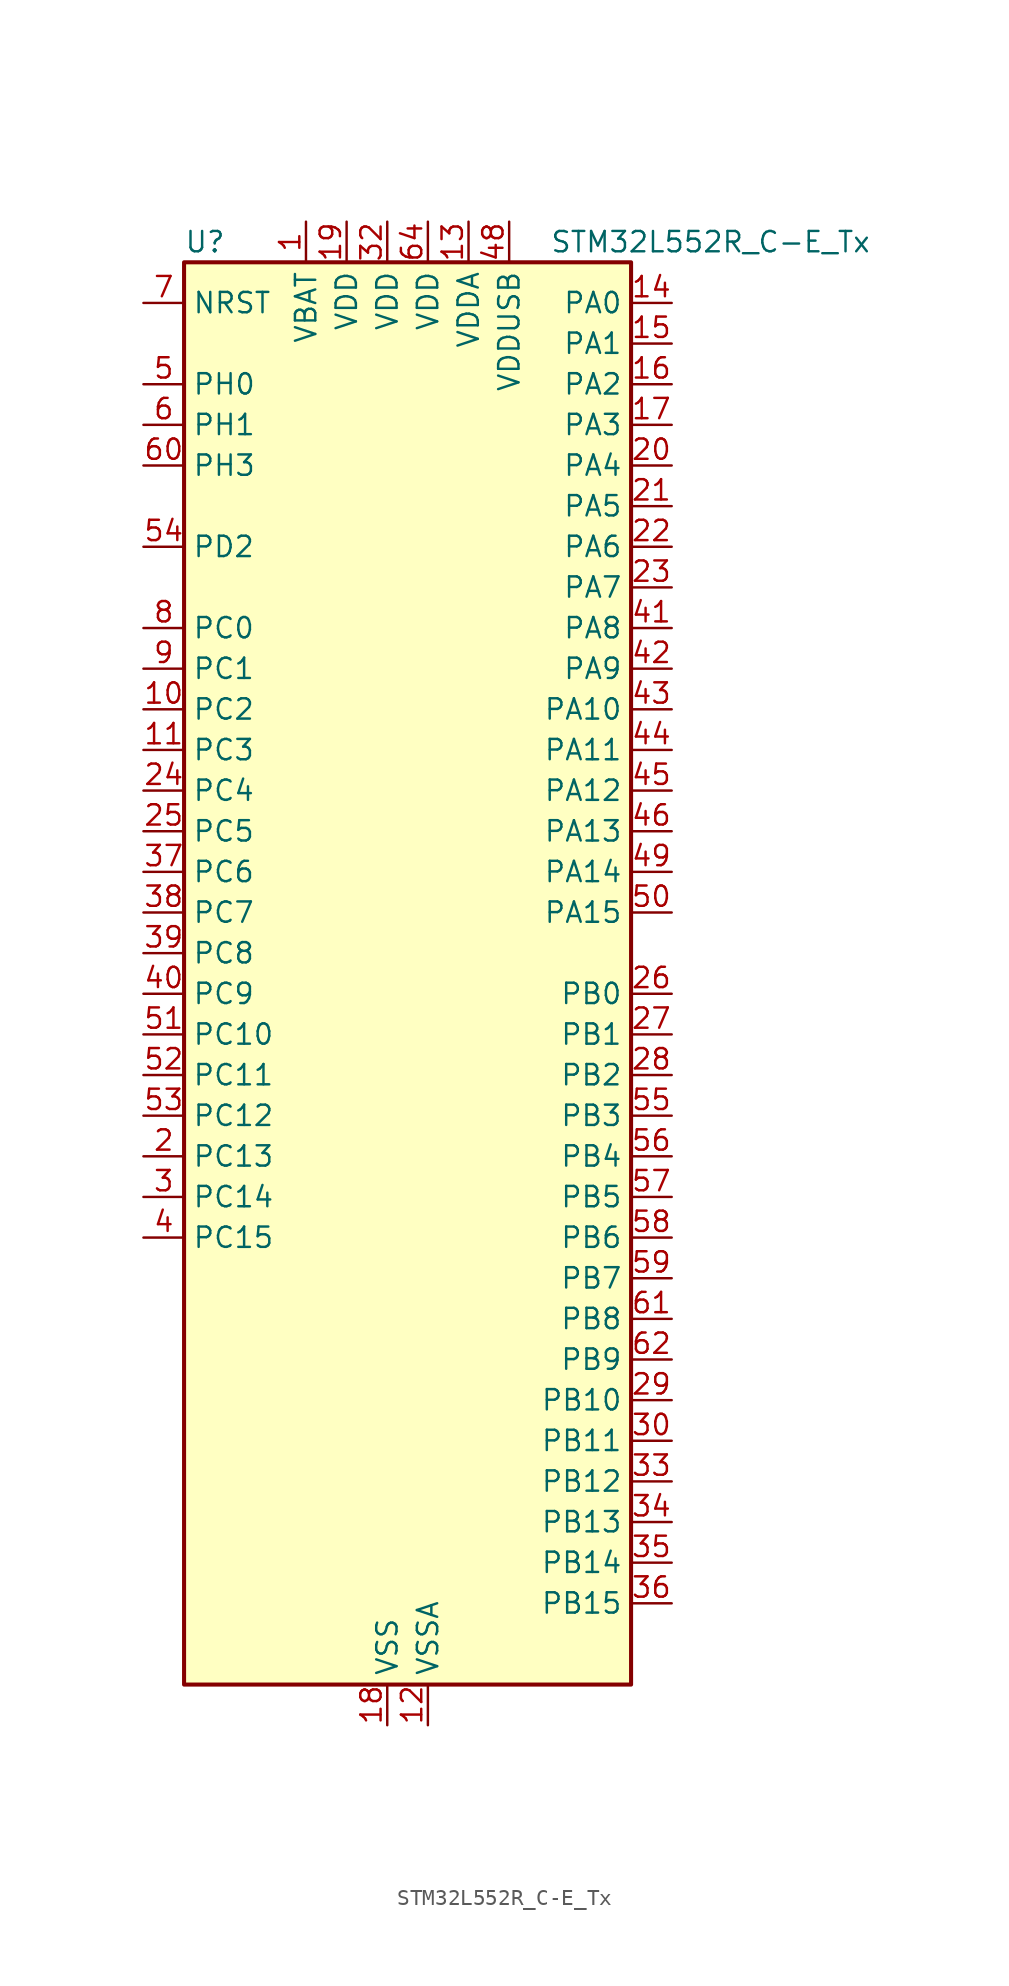
<source format=kicad_sym>
(kicad_symbol_lib
  (version 20231120)
  (generator "kicad-library-utils")
  (generator_version "8.0")
  (symbol "STM32L552R_C-E_Tx"
    (property "Reference" "U"
      (at -12.7 46.99 0)
      (effects (font (size 1.27 1.27)) (justify left)))
    (property "Value" "STM32L552R_C-E_Tx"
      (at 10.16 46.99 0)
      (effects (font (size 1.27 1.27)) (justify left)))
    (property "ki_locked" ""
      (at 0 0 0)
      (effects (font (size 1.27 1.27))))
    (symbol "STM32L552R_C-E_Tx_0_1"
      (rectangle (start -12.7 -43.18) (end 15.24 45.72) (stroke (width 0.254) (type default)) (fill (type background))))
    (symbol "STM32L552R_C-E_Tx_1_1"
      (pin power_in line (at -5.08 48.26 270) (length 2.54) (name "VBAT" (effects (font (size 1.27 1.27)))) (number "1" (effects (font (size 1.27 1.27)))))
      (pin bidirectional line (at -15.24 17.78 0) (length 2.54) (name "PC2" (effects (font (size 1.27 1.27)))) (number "10" (effects (font (size 1.27 1.27)))) (alternate "ADC1_IN3" bidirectional line) (alternate "ADC2_IN3" bidirectional line) (alternate "DFSDM1_CKOUT" bidirectional line) (alternate "LPTIM1_IN2" bidirectional line) (alternate "OCTOSPI1_IO5" bidirectional line) (alternate "SPI2_MISO" bidirectional line))
      (pin bidirectional line (at -15.24 15.24 0) (length 2.54) (name "PC3" (effects (font (size 1.27 1.27)))) (number "11" (effects (font (size 1.27 1.27)))) (alternate "ADC1_IN4" bidirectional line) (alternate "ADC2_IN4" bidirectional line) (alternate "LPTIM1_ETR" bidirectional line) (alternate "LPTIM2_ETR" bidirectional line) (alternate "LPTIM3_OUT" bidirectional line) (alternate "OCTOSPI1_IO6" bidirectional line) (alternate "SAI1_D1" bidirectional line) (alternate "SAI1_SD_A" bidirectional line) (alternate "SPI2_MOSI" bidirectional line))
      (pin power_in line (at 2.54 -45.72 90) (length 2.54) (name "VSSA" (effects (font (size 1.27 1.27)))) (number "12" (effects (font (size 1.27 1.27)))))
      (pin power_in line (at 5.08 48.26 270) (length 2.54) (name "VDDA" (effects (font (size 1.27 1.27)))) (number "13" (effects (font (size 1.27 1.27)))))
      (pin bidirectional line (at 17.78 43.18 180) (length 2.54) (name "PA0" (effects (font (size 1.27 1.27)))) (number "14" (effects (font (size 1.27 1.27)))) (alternate "ADC1_IN5" bidirectional line) (alternate "ADC2_IN5" bidirectional line) (alternate "OPAMP1_VINP" bidirectional line) (alternate "PWR_WKUP1" bidirectional line) (alternate "SAI1_EXTCLK" bidirectional line) (alternate "TAMP_IN2" bidirectional line) (alternate "TAMP_OUT1" bidirectional line) (alternate "TIM2_CH1" bidirectional line) (alternate "TIM2_ETR" bidirectional line) (alternate "TIM5_CH1" bidirectional line) (alternate "TIM8_ETR" bidirectional line) (alternate "UART4_TX" bidirectional line) (alternate "USART2_CTS" bidirectional line) (alternate "USART2_NSS" bidirectional line))
      (pin bidirectional line (at 17.78 40.64 180) (length 2.54) (name "PA1" (effects (font (size 1.27 1.27)))) (number "15" (effects (font (size 1.27 1.27)))) (alternate "ADC1_IN6" bidirectional line) (alternate "ADC2_IN6" bidirectional line) (alternate "I2C1_SMBA" bidirectional line) (alternate "OCTOSPI1_DQS" bidirectional line) (alternate "OPAMP1_VINM" bidirectional line) (alternate "SPI1_SCK" bidirectional line) (alternate "TAMP_IN5" bidirectional line) (alternate "TAMP_OUT4" bidirectional line) (alternate "TIM15_CH1N" bidirectional line) (alternate "TIM2_CH2" bidirectional line) (alternate "TIM5_CH2" bidirectional line) (alternate "UART4_RX" bidirectional line) (alternate "USART2_DE" bidirectional line) (alternate "USART2_RTS" bidirectional line))
      (pin bidirectional line (at 17.78 38.1 180) (length 2.54) (name "PA2" (effects (font (size 1.27 1.27)))) (number "16" (effects (font (size 1.27 1.27)))) (alternate "ADC1_IN7" bidirectional line) (alternate "ADC2_IN7" bidirectional line) (alternate "COMP1_INP" bidirectional line) (alternate "LPUART1_TX" bidirectional line) (alternate "OCTOSPI1_NCS" bidirectional line) (alternate "PWR_WKUP4" bidirectional line) (alternate "RCC_LSCO" bidirectional line) (alternate "SAI2_EXTCLK" bidirectional line) (alternate "TIM15_CH1" bidirectional line) (alternate "TIM2_CH3" bidirectional line) (alternate "TIM5_CH3" bidirectional line) (alternate "UCPD1_FRSTX1" bidirectional line) (alternate "USART2_TX" bidirectional line))
      (pin bidirectional line (at 17.78 35.56 180) (length 2.54) (name "PA3" (effects (font (size 1.27 1.27)))) (number "17" (effects (font (size 1.27 1.27)))) (alternate "ADC1_IN8" bidirectional line) (alternate "ADC2_IN8" bidirectional line) (alternate "LPUART1_RX" bidirectional line) (alternate "OCTOSPI1_CLK" bidirectional line) (alternate "OPAMP1_VOUT" bidirectional line) (alternate "SAI1_CK1" bidirectional line) (alternate "SAI1_MCLK_A" bidirectional line) (alternate "TIM15_CH2" bidirectional line) (alternate "TIM2_CH4" bidirectional line) (alternate "TIM5_CH4" bidirectional line) (alternate "USART2_RX" bidirectional line))
      (pin power_in line (at 0 -45.72 90) (length 2.54) (name "VSS" (effects (font (size 1.27 1.27)))) (number "18" (effects (font (size 1.27 1.27)))))
      (pin power_in line (at -2.54 48.26 270) (length 2.54) (name "VDD" (effects (font (size 1.27 1.27)))) (number "19" (effects (font (size 1.27 1.27)))))
      (pin bidirectional line (at -15.24 -10.16 0) (length 2.54) (name "PC13" (effects (font (size 1.27 1.27)))) (number "2" (effects (font (size 1.27 1.27)))) (alternate "PWR_WKUP2" bidirectional line) (alternate "RTC_OUT1" bidirectional line) (alternate "RTC_TS" bidirectional line) (alternate "TAMP_IN1" bidirectional line) (alternate "TAMP_OUT2" bidirectional line))
      (pin bidirectional line (at 17.78 33.02 180) (length 2.54) (name "PA4" (effects (font (size 1.27 1.27)))) (number "20" (effects (font (size 1.27 1.27)))) (alternate "ADC1_IN9" bidirectional line) (alternate "ADC2_IN9" bidirectional line) (alternate "DAC1_OUT1" bidirectional line) (alternate "LPTIM2_OUT" bidirectional line) (alternate "OCTOSPI1_NCS" bidirectional line) (alternate "SAI1_FS_B" bidirectional line) (alternate "SPI1_NSS" bidirectional line) (alternate "SPI3_NSS" bidirectional line) (alternate "USART2_CK" bidirectional line))
      (pin bidirectional line (at 17.78 30.48 180) (length 2.54) (name "PA5" (effects (font (size 1.27 1.27)))) (number "21" (effects (font (size 1.27 1.27)))) (alternate "ADC1_IN10" bidirectional line) (alternate "ADC2_IN10" bidirectional line) (alternate "DAC1_OUT2" bidirectional line) (alternate "LPTIM2_ETR" bidirectional line) (alternate "SPI1_SCK" bidirectional line) (alternate "TIM2_CH1" bidirectional line) (alternate "TIM2_ETR" bidirectional line) (alternate "TIM8_CH1N" bidirectional line))
      (pin bidirectional line (at 17.78 27.94 180) (length 2.54) (name "PA6" (effects (font (size 1.27 1.27)))) (number "22" (effects (font (size 1.27 1.27)))) (alternate "ADC1_IN11" bidirectional line) (alternate "ADC2_IN11" bidirectional line) (alternate "LPUART1_CTS" bidirectional line) (alternate "OCTOSPI1_IO3" bidirectional line) (alternate "OPAMP2_VINP" bidirectional line) (alternate "SPI1_MISO" bidirectional line) (alternate "TIM16_CH1" bidirectional line) (alternate "TIM1_BKIN" bidirectional line) (alternate "TIM3_CH1" bidirectional line) (alternate "TIM8_BKIN" bidirectional line) (alternate "USART3_CTS" bidirectional line) (alternate "USART3_NSS" bidirectional line))
      (pin bidirectional line (at 17.78 25.4 180) (length 2.54) (name "PA7" (effects (font (size 1.27 1.27)))) (number "23" (effects (font (size 1.27 1.27)))) (alternate "ADC1_IN12" bidirectional line) (alternate "ADC2_IN12" bidirectional line) (alternate "I2C3_SCL" bidirectional line) (alternate "OCTOSPI1_IO2" bidirectional line) (alternate "OPAMP2_VINM" bidirectional line) (alternate "SPI1_MOSI" bidirectional line) (alternate "TIM17_CH1" bidirectional line) (alternate "TIM1_CH1N" bidirectional line) (alternate "TIM3_CH2" bidirectional line) (alternate "TIM8_CH1N" bidirectional line))
      (pin bidirectional line (at -15.24 12.7 0) (length 2.54) (name "PC4" (effects (font (size 1.27 1.27)))) (number "24" (effects (font (size 1.27 1.27)))) (alternate "ADC1_IN13" bidirectional line) (alternate "ADC2_IN13" bidirectional line) (alternate "COMP1_INM" bidirectional line) (alternate "OCTOSPI1_IO7" bidirectional line) (alternate "USART3_TX" bidirectional line))
      (pin bidirectional line (at -15.24 10.16 0) (length 2.54) (name "PC5" (effects (font (size 1.27 1.27)))) (number "25" (effects (font (size 1.27 1.27)))) (alternate "ADC1_IN14" bidirectional line) (alternate "ADC2_IN14" bidirectional line) (alternate "COMP1_INP" bidirectional line) (alternate "PWR_WKUP5" bidirectional line) (alternate "SAI1_D3" bidirectional line) (alternate "TAMP_IN4" bidirectional line) (alternate "TAMP_OUT5" bidirectional line) (alternate "USART3_RX" bidirectional line))
      (pin bidirectional line (at 17.78 0 180) (length 2.54) (name "PB0" (effects (font (size 1.27 1.27)))) (number "26" (effects (font (size 1.27 1.27)))) (alternate "ADC1_IN15" bidirectional line) (alternate "ADC2_IN15" bidirectional line) (alternate "COMP1_OUT" bidirectional line) (alternate "OCTOSPI1_IO1" bidirectional line) (alternate "OPAMP2_VOUT" bidirectional line) (alternate "SAI1_EXTCLK" bidirectional line) (alternate "SPI1_NSS" bidirectional line) (alternate "TIM1_CH2N" bidirectional line) (alternate "TIM3_CH3" bidirectional line) (alternate "TIM8_CH2N" bidirectional line) (alternate "USART3_CK" bidirectional line))
      (pin bidirectional line (at 17.78 -2.54 180) (length 2.54) (name "PB1" (effects (font (size 1.27 1.27)))) (number "27" (effects (font (size 1.27 1.27)))) (alternate "ADC1_IN16" bidirectional line) (alternate "ADC2_IN16" bidirectional line) (alternate "COMP1_INM" bidirectional line) (alternate "DFSDM1_DATIN0" bidirectional line) (alternate "LPTIM2_IN1" bidirectional line) (alternate "LPUART1_DE" bidirectional line) (alternate "LPUART1_RTS" bidirectional line) (alternate "OCTOSPI1_IO0" bidirectional line) (alternate "TIM1_CH3N" bidirectional line) (alternate "TIM3_CH4" bidirectional line) (alternate "TIM8_CH3N" bidirectional line) (alternate "USART3_DE" bidirectional line) (alternate "USART3_RTS" bidirectional line))
      (pin bidirectional line (at 17.78 -5.08 180) (length 2.54) (name "PB2" (effects (font (size 1.27 1.27)))) (number "28" (effects (font (size 1.27 1.27)))) (alternate "COMP1_INP" bidirectional line) (alternate "DFSDM1_CKIN0" bidirectional line) (alternate "I2C3_SMBA" bidirectional line) (alternate "LPTIM1_OUT" bidirectional line) (alternate "OCTOSPI1_DQS" bidirectional line) (alternate "RTC_OUT2" bidirectional line) (alternate "UCPD1_FRSTX1" bidirectional line))
      (pin bidirectional line (at 17.78 -25.4 180) (length 2.54) (name "PB10" (effects (font (size 1.27 1.27)))) (number "29" (effects (font (size 1.27 1.27)))) (alternate "COMP1_OUT" bidirectional line) (alternate "I2C2_SCL" bidirectional line) (alternate "I2C4_SCL" bidirectional line) (alternate "LPTIM3_OUT" bidirectional line) (alternate "LPUART1_RX" bidirectional line) (alternate "OCTOSPI1_CLK" bidirectional line) (alternate "SAI1_SCK_A" bidirectional line) (alternate "SPI2_SCK" bidirectional line) (alternate "TIM2_CH3" bidirectional line) (alternate "TSC_SYNC" bidirectional line) (alternate "USART3_TX" bidirectional line))
      (pin bidirectional line (at -15.24 -12.7 0) (length 2.54) (name "PC14" (effects (font (size 1.27 1.27)))) (number "3" (effects (font (size 1.27 1.27)))) (alternate "RCC_OSC32_IN" bidirectional line))
      (pin bidirectional line (at 17.78 -27.94 180) (length 2.54) (name "PB11" (effects (font (size 1.27 1.27)))) (number "30" (effects (font (size 1.27 1.27)))) (alternate "ADC1_EXTI11" bidirectional line) (alternate "ADC2_EXTI11" bidirectional line) (alternate "COMP2_OUT" bidirectional line) (alternate "I2C2_SDA" bidirectional line) (alternate "I2C4_SDA" bidirectional line) (alternate "LPUART1_TX" bidirectional line) (alternate "OCTOSPI1_NCS" bidirectional line) (alternate "TIM2_CH4" bidirectional line) (alternate "USART3_RX" bidirectional line))
      (pin passive line (at 0 -45.72 90) (length 2.54) hide (name "VSS" (effects (font (size 1.27 1.27)))) (number "31" (effects (font (size 1.27 1.27)))))
      (pin power_in line (at 0 48.26 270) (length 2.54) (name "VDD" (effects (font (size 1.27 1.27)))) (number "32" (effects (font (size 1.27 1.27)))))
      (pin bidirectional line (at 17.78 -30.48 180) (length 2.54) (name "PB12" (effects (font (size 1.27 1.27)))) (number "33" (effects (font (size 1.27 1.27)))) (alternate "DFSDM1_DATIN1" bidirectional line) (alternate "I2C2_SMBA" bidirectional line) (alternate "LPUART1_DE" bidirectional line) (alternate "LPUART1_RTS" bidirectional line) (alternate "OCTOSPI1_NCLK" bidirectional line) (alternate "SAI2_FS_A" bidirectional line) (alternate "SPI2_NSS" bidirectional line) (alternate "TIM15_BKIN" bidirectional line) (alternate "TIM1_BKIN" bidirectional line) (alternate "TSC_G1_IO1" bidirectional line) (alternate "USART3_CK" bidirectional line))
      (pin bidirectional line (at 17.78 -33.02 180) (length 2.54) (name "PB13" (effects (font (size 1.27 1.27)))) (number "34" (effects (font (size 1.27 1.27)))) (alternate "DFSDM1_CKIN1" bidirectional line) (alternate "I2C2_SCL" bidirectional line) (alternate "LPTIM3_IN1" bidirectional line) (alternate "LPUART1_CTS" bidirectional line) (alternate "SAI2_SCK_A" bidirectional line) (alternate "SPI2_SCK" bidirectional line) (alternate "TIM15_CH1N" bidirectional line) (alternate "TIM1_CH1N" bidirectional line) (alternate "TSC_G1_IO2" bidirectional line) (alternate "UCPD1_FRSTX2" bidirectional line) (alternate "USART3_CTS" bidirectional line) (alternate "USART3_NSS" bidirectional line))
      (pin bidirectional line (at 17.78 -35.56 180) (length 2.54) (name "PB14" (effects (font (size 1.27 1.27)))) (number "35" (effects (font (size 1.27 1.27)))) (alternate "DFSDM1_DATIN2" bidirectional line) (alternate "I2C2_SDA" bidirectional line) (alternate "LPTIM3_ETR" bidirectional line) (alternate "SAI2_MCLK_A" bidirectional line) (alternate "SPI2_MISO" bidirectional line) (alternate "TIM15_CH1" bidirectional line) (alternate "TIM1_CH2N" bidirectional line) (alternate "TIM8_CH2N" bidirectional line) (alternate "TSC_G1_IO3" bidirectional line) (alternate "UCPD1_DBCC2" bidirectional line) (alternate "USART3_DE" bidirectional line) (alternate "USART3_RTS" bidirectional line))
      (pin bidirectional line (at 17.78 -38.1 180) (length 2.54) (name "PB15" (effects (font (size 1.27 1.27)))) (number "36" (effects (font (size 1.27 1.27)))) (alternate "ADC1_EXTI15" bidirectional line) (alternate "ADC2_EXTI15" bidirectional line) (alternate "DFSDM1_CKIN2" bidirectional line) (alternate "RTC_REFIN" bidirectional line) (alternate "SAI2_SD_A" bidirectional line) (alternate "SPI2_MOSI" bidirectional line) (alternate "TIM15_CH2" bidirectional line) (alternate "TIM1_CH3N" bidirectional line) (alternate "TIM8_CH3N" bidirectional line) (alternate "UCPD1_CC2" bidirectional line))
      (pin bidirectional line (at -15.24 7.62 0) (length 2.54) (name "PC6" (effects (font (size 1.27 1.27)))) (number "37" (effects (font (size 1.27 1.27)))) (alternate "DFSDM1_CKIN3" bidirectional line) (alternate "SAI2_MCLK_A" bidirectional line) (alternate "SDMMC1_D0DIR" bidirectional line) (alternate "SDMMC1_D6" bidirectional line) (alternate "TIM3_CH1" bidirectional line) (alternate "TIM8_CH1" bidirectional line) (alternate "TSC_G4_IO1" bidirectional line))
      (pin bidirectional line (at -15.24 5.08 0) (length 2.54) (name "PC7" (effects (font (size 1.27 1.27)))) (number "38" (effects (font (size 1.27 1.27)))) (alternate "DFSDM1_DATIN3" bidirectional line) (alternate "SAI2_MCLK_B" bidirectional line) (alternate "SDMMC1_D123DIR" bidirectional line) (alternate "SDMMC1_D7" bidirectional line) (alternate "TIM3_CH2" bidirectional line) (alternate "TIM8_CH2" bidirectional line) (alternate "TSC_G4_IO2" bidirectional line))
      (pin bidirectional line (at -15.24 2.54 0) (length 2.54) (name "PC8" (effects (font (size 1.27 1.27)))) (number "39" (effects (font (size 1.27 1.27)))) (alternate "SDMMC1_D0" bidirectional line) (alternate "TIM3_CH3" bidirectional line) (alternate "TIM8_CH3" bidirectional line) (alternate "TSC_G4_IO3" bidirectional line))
      (pin bidirectional line (at -15.24 -15.24 0) (length 2.54) (name "PC15" (effects (font (size 1.27 1.27)))) (number "4" (effects (font (size 1.27 1.27)))) (alternate "ADC1_EXTI15" bidirectional line) (alternate "ADC2_EXTI15" bidirectional line) (alternate "RCC_OSC32_OUT" bidirectional line))
      (pin bidirectional line (at -15.24 0 0) (length 2.54) (name "PC9" (effects (font (size 1.27 1.27)))) (number "40" (effects (font (size 1.27 1.27)))) (alternate "DAC1_EXTI9" bidirectional line) (alternate "DEBUG_TRACED0" bidirectional line) (alternate "SAI2_EXTCLK" bidirectional line) (alternate "SDMMC1_D1" bidirectional line) (alternate "TIM3_CH4" bidirectional line) (alternate "TIM8_BKIN2" bidirectional line) (alternate "TIM8_CH4" bidirectional line) (alternate "TSC_G4_IO4" bidirectional line) (alternate "USB_NOE" bidirectional line))
      (pin bidirectional line (at 17.78 22.86 180) (length 2.54) (name "PA8" (effects (font (size 1.27 1.27)))) (number "41" (effects (font (size 1.27 1.27)))) (alternate "LPTIM2_OUT" bidirectional line) (alternate "RCC_MCO" bidirectional line) (alternate "SAI1_CK2" bidirectional line) (alternate "SAI1_SCK_A" bidirectional line) (alternate "TIM1_CH1" bidirectional line) (alternate "USART1_CK" bidirectional line))
      (pin bidirectional line (at 17.78 20.32 180) (length 2.54) (name "PA9" (effects (font (size 1.27 1.27)))) (number "42" (effects (font (size 1.27 1.27)))) (alternate "DAC1_EXTI9" bidirectional line) (alternate "SAI1_FS_A" bidirectional line) (alternate "SPI2_SCK" bidirectional line) (alternate "TIM15_BKIN" bidirectional line) (alternate "TIM1_CH2" bidirectional line) (alternate "USART1_TX" bidirectional line))
      (pin bidirectional line (at 17.78 17.78 180) (length 2.54) (name "PA10" (effects (font (size 1.27 1.27)))) (number "43" (effects (font (size 1.27 1.27)))) (alternate "CRS_SYNC" bidirectional line) (alternate "SAI1_D1" bidirectional line) (alternate "SAI1_SD_A" bidirectional line) (alternate "TIM17_BKIN" bidirectional line) (alternate "TIM1_CH3" bidirectional line) (alternate "USART1_RX" bidirectional line))
      (pin bidirectional line (at 17.78 15.24 180) (length 2.54) (name "PA11" (effects (font (size 1.27 1.27)))) (number "44" (effects (font (size 1.27 1.27)))) (alternate "ADC1_EXTI11" bidirectional line) (alternate "ADC2_EXTI11" bidirectional line) (alternate "FDCAN1_RX" bidirectional line) (alternate "SPI1_MISO" bidirectional line) (alternate "TIM1_BKIN2" bidirectional line) (alternate "TIM1_CH4" bidirectional line) (alternate "USART1_CTS" bidirectional line) (alternate "USART1_NSS" bidirectional line) (alternate "USB_DM" bidirectional line))
      (pin bidirectional line (at 17.78 12.7 180) (length 2.54) (name "PA12" (effects (font (size 1.27 1.27)))) (number "45" (effects (font (size 1.27 1.27)))) (alternate "FDCAN1_TX" bidirectional line) (alternate "SPI1_MOSI" bidirectional line) (alternate "TIM1_ETR" bidirectional line) (alternate "USART1_DE" bidirectional line) (alternate "USART1_RTS" bidirectional line) (alternate "USB_DP" bidirectional line))
      (pin bidirectional line (at 17.78 10.16 180) (length 2.54) (name "PA13" (effects (font (size 1.27 1.27)))) (number "46" (effects (font (size 1.27 1.27)))) (alternate "DEBUG_JTMS-SWDIO" bidirectional line) (alternate "IR_OUT" bidirectional line) (alternate "SAI1_SD_B" bidirectional line) (alternate "USB_NOE" bidirectional line))
      (pin passive line (at 0 -45.72 90) (length 2.54) hide (name "VSS" (effects (font (size 1.27 1.27)))) (number "47" (effects (font (size 1.27 1.27)))))
      (pin power_in line (at 7.62 48.26 270) (length 2.54) (name "VDDUSB" (effects (font (size 1.27 1.27)))) (number "48" (effects (font (size 1.27 1.27)))))
      (pin bidirectional line (at 17.78 7.62 180) (length 2.54) (name "PA14" (effects (font (size 1.27 1.27)))) (number "49" (effects (font (size 1.27 1.27)))) (alternate "DEBUG_JTCK-SWCLK" bidirectional line) (alternate "I2C1_SMBA" bidirectional line) (alternate "I2C4_SMBA" bidirectional line) (alternate "LPTIM1_OUT" bidirectional line) (alternate "SAI1_FS_B" bidirectional line))
      (pin bidirectional line (at -15.24 38.1 0) (length 2.54) (name "PH0" (effects (font (size 1.27 1.27)))) (number "5" (effects (font (size 1.27 1.27)))) (alternate "RCC_OSC_IN" bidirectional line))
      (pin bidirectional line (at 17.78 5.08 180) (length 2.54) (name "PA15" (effects (font (size 1.27 1.27)))) (number "50" (effects (font (size 1.27 1.27)))) (alternate "ADC1_EXTI15" bidirectional line) (alternate "ADC2_EXTI15" bidirectional line) (alternate "DEBUG_JTDI" bidirectional line) (alternate "SAI2_FS_B" bidirectional line) (alternate "SPI1_NSS" bidirectional line) (alternate "SPI3_NSS" bidirectional line) (alternate "TIM2_CH1" bidirectional line) (alternate "TIM2_ETR" bidirectional line) (alternate "UART4_DE" bidirectional line) (alternate "UART4_RTS" bidirectional line) (alternate "UCPD1_CC1" bidirectional line) (alternate "USART2_RX" bidirectional line) (alternate "USART3_DE" bidirectional line) (alternate "USART3_RTS" bidirectional line))
      (pin bidirectional line (at -15.24 -2.54 0) (length 2.54) (name "PC10" (effects (font (size 1.27 1.27)))) (number "51" (effects (font (size 1.27 1.27)))) (alternate "DEBUG_TRACED1" bidirectional line) (alternate "LPTIM3_ETR" bidirectional line) (alternate "SAI2_SCK_B" bidirectional line) (alternate "SDMMC1_D2" bidirectional line) (alternate "SPI3_SCK" bidirectional line) (alternate "TSC_G3_IO2" bidirectional line) (alternate "UART4_TX" bidirectional line) (alternate "USART3_TX" bidirectional line))
      (pin bidirectional line (at -15.24 -5.08 0) (length 2.54) (name "PC11" (effects (font (size 1.27 1.27)))) (number "52" (effects (font (size 1.27 1.27)))) (alternate "ADC1_EXTI11" bidirectional line) (alternate "ADC2_EXTI11" bidirectional line) (alternate "LPTIM3_IN1" bidirectional line) (alternate "OCTOSPI1_NCS" bidirectional line) (alternate "SAI2_MCLK_B" bidirectional line) (alternate "SDMMC1_D3" bidirectional line) (alternate "SPI3_MISO" bidirectional line) (alternate "TSC_G3_IO3" bidirectional line) (alternate "UART4_RX" bidirectional line) (alternate "UCPD1_FRSTX2" bidirectional line) (alternate "USART3_RX" bidirectional line))
      (pin bidirectional line (at -15.24 -7.62 0) (length 2.54) (name "PC12" (effects (font (size 1.27 1.27)))) (number "53" (effects (font (size 1.27 1.27)))) (alternate "DEBUG_TRACED3" bidirectional line) (alternate "SAI2_SD_B" bidirectional line) (alternate "SDMMC1_CK" bidirectional line) (alternate "SPI3_MOSI" bidirectional line) (alternate "TSC_G3_IO4" bidirectional line) (alternate "UART5_TX" bidirectional line) (alternate "USART3_CK" bidirectional line))
      (pin bidirectional line (at -15.24 27.94 0) (length 2.54) (name "PD2" (effects (font (size 1.27 1.27)))) (number "54" (effects (font (size 1.27 1.27)))) (alternate "DEBUG_TRACED2" bidirectional line) (alternate "SDMMC1_CMD" bidirectional line) (alternate "TIM3_ETR" bidirectional line) (alternate "TSC_SYNC" bidirectional line) (alternate "UART5_RX" bidirectional line) (alternate "USART3_DE" bidirectional line) (alternate "USART3_RTS" bidirectional line))
      (pin bidirectional line (at 17.78 -7.62 180) (length 2.54) (name "PB3" (effects (font (size 1.27 1.27)))) (number "55" (effects (font (size 1.27 1.27)))) (alternate "COMP2_INM" bidirectional line) (alternate "CRS_SYNC" bidirectional line) (alternate "DEBUG_JTDO-SWO" bidirectional line) (alternate "SAI1_SCK_B" bidirectional line) (alternate "SPI1_SCK" bidirectional line) (alternate "SPI3_SCK" bidirectional line) (alternate "TIM2_CH2" bidirectional line) (alternate "USART1_DE" bidirectional line) (alternate "USART1_RTS" bidirectional line))
      (pin bidirectional line (at 17.78 -10.16 180) (length 2.54) (name "PB4" (effects (font (size 1.27 1.27)))) (number "56" (effects (font (size 1.27 1.27)))) (alternate "COMP2_INP" bidirectional line) (alternate "DEBUG_JTRST" bidirectional line) (alternate "I2C3_SDA" bidirectional line) (alternate "SAI1_MCLK_B" bidirectional line) (alternate "SPI1_MISO" bidirectional line) (alternate "SPI3_MISO" bidirectional line) (alternate "TIM17_BKIN" bidirectional line) (alternate "TIM3_CH1" bidirectional line) (alternate "TSC_G2_IO1" bidirectional line) (alternate "UART5_DE" bidirectional line) (alternate "UART5_RTS" bidirectional line) (alternate "USART1_CTS" bidirectional line) (alternate "USART1_NSS" bidirectional line))
      (pin bidirectional line (at 17.78 -12.7 180) (length 2.54) (name "PB5" (effects (font (size 1.27 1.27)))) (number "57" (effects (font (size 1.27 1.27)))) (alternate "COMP2_OUT" bidirectional line) (alternate "I2C1_SMBA" bidirectional line) (alternate "LPTIM1_IN1" bidirectional line) (alternate "OCTOSPI1_NCLK" bidirectional line) (alternate "SAI1_SD_B" bidirectional line) (alternate "SPI1_MOSI" bidirectional line) (alternate "SPI3_MOSI" bidirectional line) (alternate "TIM16_BKIN" bidirectional line) (alternate "TIM3_CH2" bidirectional line) (alternate "TSC_G2_IO2" bidirectional line) (alternate "UART5_CTS" bidirectional line) (alternate "UCPD1_DBCC1" bidirectional line) (alternate "USART1_CK" bidirectional line))
      (pin bidirectional line (at 17.78 -15.24 180) (length 2.54) (name "PB6" (effects (font (size 1.27 1.27)))) (number "58" (effects (font (size 1.27 1.27)))) (alternate "COMP2_INP" bidirectional line) (alternate "I2C1_SCL" bidirectional line) (alternate "I2C4_SCL" bidirectional line) (alternate "LPTIM1_ETR" bidirectional line) (alternate "SAI1_FS_B" bidirectional line) (alternate "TIM16_CH1N" bidirectional line) (alternate "TIM4_CH1" bidirectional line) (alternate "TIM8_BKIN2" bidirectional line) (alternate "TSC_G2_IO3" bidirectional line) (alternate "USART1_TX" bidirectional line))
      (pin bidirectional line (at 17.78 -17.78 180) (length 2.54) (name "PB7" (effects (font (size 1.27 1.27)))) (number "59" (effects (font (size 1.27 1.27)))) (alternate "COMP2_INM" bidirectional line) (alternate "I2C1_SDA" bidirectional line) (alternate "I2C4_SDA" bidirectional line) (alternate "LPTIM1_IN2" bidirectional line) (alternate "PWR_PVD_IN" bidirectional line) (alternate "TIM17_CH1N" bidirectional line) (alternate "TIM4_CH2" bidirectional line) (alternate "TIM8_BKIN" bidirectional line) (alternate "TSC_G2_IO4" bidirectional line) (alternate "UART4_CTS" bidirectional line) (alternate "USART1_RX" bidirectional line))
      (pin bidirectional line (at -15.24 35.56 0) (length 2.54) (name "PH1" (effects (font (size 1.27 1.27)))) (number "6" (effects (font (size 1.27 1.27)))) (alternate "RCC_OSC_OUT" bidirectional line))
      (pin bidirectional line (at -15.24 33.02 0) (length 2.54) (name "PH3" (effects (font (size 1.27 1.27)))) (number "60" (effects (font (size 1.27 1.27)))))
      (pin bidirectional line (at 17.78 -20.32 180) (length 2.54) (name "PB8" (effects (font (size 1.27 1.27)))) (number "61" (effects (font (size 1.27 1.27)))) (alternate "DFSDM1_CKOUT" bidirectional line) (alternate "FDCAN1_RX" bidirectional line) (alternate "I2C1_SCL" bidirectional line) (alternate "SAI1_CK1" bidirectional line) (alternate "SAI1_MCLK_A" bidirectional line) (alternate "SDMMC1_CKIN" bidirectional line) (alternate "SDMMC1_D4" bidirectional line) (alternate "TIM16_CH1" bidirectional line) (alternate "TIM4_CH3" bidirectional line))
      (pin bidirectional line (at 17.78 -22.86 180) (length 2.54) (name "PB9" (effects (font (size 1.27 1.27)))) (number "62" (effects (font (size 1.27 1.27)))) (alternate "DAC1_EXTI9" bidirectional line) (alternate "FDCAN1_TX" bidirectional line) (alternate "I2C1_SDA" bidirectional line) (alternate "IR_OUT" bidirectional line) (alternate "SAI1_D2" bidirectional line) (alternate "SAI1_FS_A" bidirectional line) (alternate "SDMMC1_CDIR" bidirectional line) (alternate "SDMMC1_D5" bidirectional line) (alternate "SPI2_NSS" bidirectional line) (alternate "TIM17_CH1" bidirectional line) (alternate "TIM4_CH4" bidirectional line))
      (pin passive line (at 0 -45.72 90) (length 2.54) hide (name "VSS" (effects (font (size 1.27 1.27)))) (number "63" (effects (font (size 1.27 1.27)))))
      (pin power_in line (at 2.54 48.26 270) (length 2.54) (name "VDD" (effects (font (size 1.27 1.27)))) (number "64" (effects (font (size 1.27 1.27)))))
      (pin input line (at -15.24 43.18 0) (length 2.54) (name "NRST" (effects (font (size 1.27 1.27)))) (number "7" (effects (font (size 1.27 1.27)))))
      (pin bidirectional line (at -15.24 22.86 0) (length 2.54) (name "PC0" (effects (font (size 1.27 1.27)))) (number "8" (effects (font (size 1.27 1.27)))) (alternate "ADC1_IN1" bidirectional line) (alternate "ADC2_IN1" bidirectional line) (alternate "I2C3_SCL" bidirectional line) (alternate "LPTIM1_IN1" bidirectional line) (alternate "LPTIM2_IN1" bidirectional line) (alternate "LPUART1_RX" bidirectional line) (alternate "OCTOSPI1_IO7" bidirectional line) (alternate "SAI2_FS_A" bidirectional line) (alternate "SDMMC1_D5" bidirectional line))
      (pin bidirectional line (at -15.24 20.32 0) (length 2.54) (name "PC1" (effects (font (size 1.27 1.27)))) (number "9" (effects (font (size 1.27 1.27)))) (alternate "ADC1_IN2" bidirectional line) (alternate "ADC2_IN2" bidirectional line) (alternate "DEBUG_TRACED0" bidirectional line) (alternate "I2C3_SDA" bidirectional line) (alternate "LPTIM1_OUT" bidirectional line) (alternate "LPUART1_TX" bidirectional line) (alternate "OCTOSPI1_IO4" bidirectional line) (alternate "SAI1_SD_A" bidirectional line) (alternate "SPI2_MOSI" bidirectional line)))))
</source>
